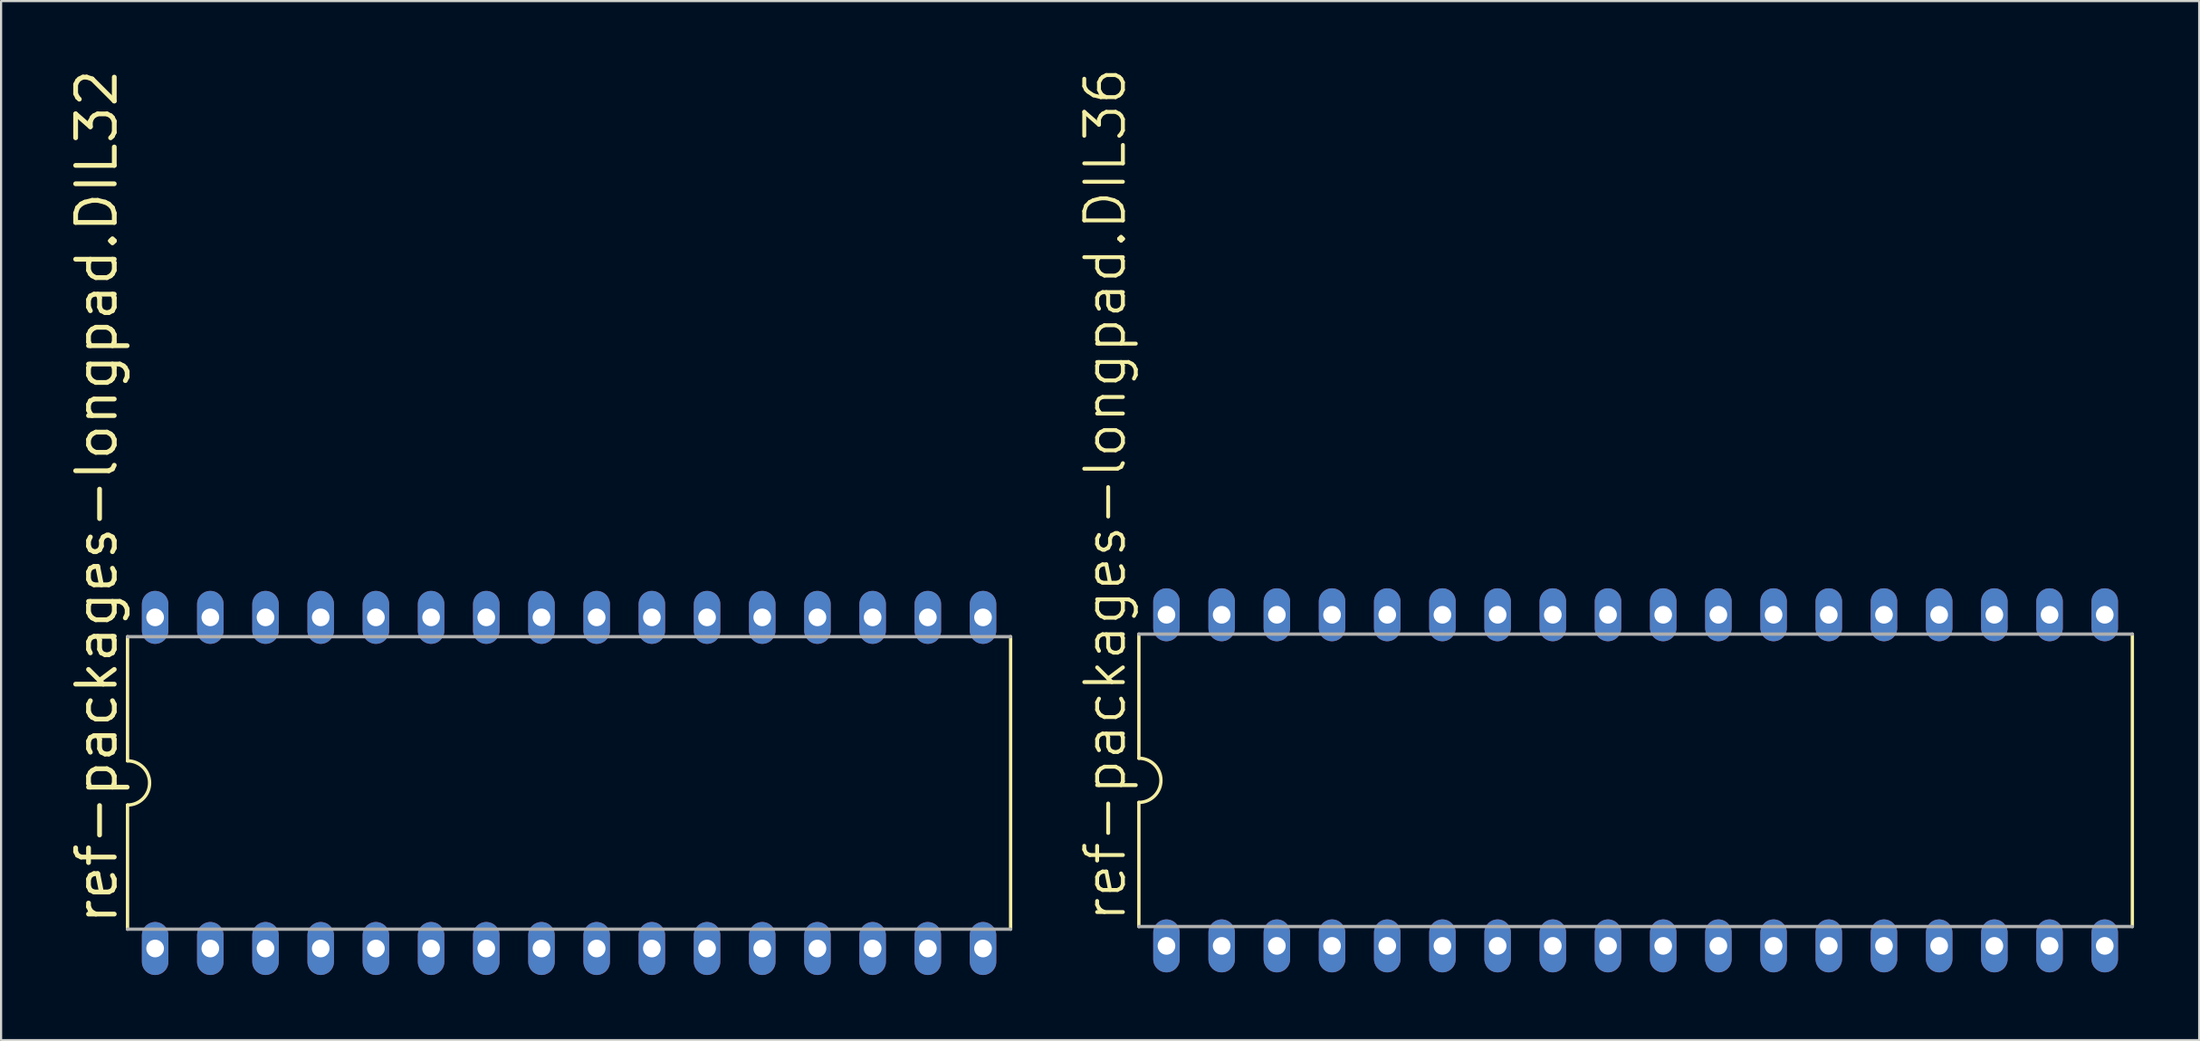
<source format=kicad_pcb>
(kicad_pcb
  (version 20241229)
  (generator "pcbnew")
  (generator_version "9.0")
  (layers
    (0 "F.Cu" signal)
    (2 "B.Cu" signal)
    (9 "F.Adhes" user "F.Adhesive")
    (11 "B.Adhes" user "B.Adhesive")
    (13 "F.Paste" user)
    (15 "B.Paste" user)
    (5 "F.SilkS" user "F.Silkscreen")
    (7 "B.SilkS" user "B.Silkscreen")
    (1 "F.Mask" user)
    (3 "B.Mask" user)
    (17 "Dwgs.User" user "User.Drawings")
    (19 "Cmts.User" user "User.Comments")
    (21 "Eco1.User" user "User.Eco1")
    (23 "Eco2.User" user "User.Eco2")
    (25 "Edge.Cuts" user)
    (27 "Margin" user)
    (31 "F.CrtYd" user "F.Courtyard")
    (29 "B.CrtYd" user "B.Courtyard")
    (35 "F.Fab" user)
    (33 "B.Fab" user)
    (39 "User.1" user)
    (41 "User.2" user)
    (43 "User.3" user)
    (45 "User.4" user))
  (footprint "ref-packages-longpad.DIL36"
    (layer "F.Cu")
    (at 72.221 32.866)
    (property "Reference" "ref-packages-longpad.DIL36" (at -23.368 6.604 90) (layer "F.SilkS") (effects (font (size 1.778 1.778) (thickness 0.18)) (justify left bottom)))
    (attr through_hole)
    (fp_line (start -22.86 -6.731) (end -22.86 -1.016) (stroke (width 0.152) (type default)) (layer "F.SilkS"))
    (fp_line (start -22.86 6.731) (end -22.86 1.016) (stroke (width 0.152) (type default)) (layer "F.SilkS"))
    (fp_line (start 22.86 -6.731) (end 22.86 6.731) (stroke (width 0.152) (type default)) (layer "F.SilkS"))
    (fp_arc (start -22.86 -1.016) (mid -21.844 0) (end -22.86 1.016) (stroke (width 0.1524) (type default)) (layer "F.SilkS"))
    (fp_line (start -22.86 6.731) (end 22.86 6.731) (stroke (width 0.152) (type default)) (layer "F.Fab"))
    (fp_line (start 22.86 -6.731) (end -22.86 -6.731) (stroke (width 0.152) (type default)) (layer "F.Fab"))
    (pad "1" thru_hole oval (at -21.59 7.62 90) (size 2.438 1.219) (drill 0.813) (layers "*.Cu" "*.Mask"))
    (pad "2" thru_hole oval (at -19.05 7.62 90) (size 2.438 1.219) (drill 0.813) (layers "*.Cu" "*.Mask"))
    (pad "3" thru_hole oval (at -16.51 7.62 90) (size 2.438 1.219) (drill 0.813) (layers "*.Cu" "*.Mask"))
    (pad "4" thru_hole oval (at -13.97 7.62 90) (size 2.438 1.219) (drill 0.813) (layers "*.Cu" "*.Mask"))
    (pad "5" thru_hole oval (at -11.43 7.62 90) (size 2.438 1.219) (drill 0.813) (layers "*.Cu" "*.Mask"))
    (pad "6" thru_hole oval (at -8.89 7.62 90) (size 2.438 1.219) (drill 0.813) (layers "*.Cu" "*.Mask"))
    (pad "7" thru_hole oval (at -6.35 7.62 90) (size 2.438 1.219) (drill 0.813) (layers "*.Cu" "*.Mask"))
    (pad "8" thru_hole oval (at -3.81 7.62 90) (size 2.438 1.219) (drill 0.813) (layers "*.Cu" "*.Mask"))
    (pad "9" thru_hole oval (at -1.27 7.62 90) (size 2.438 1.219) (drill 0.813) (layers "*.Cu" "*.Mask"))
    (pad "10" thru_hole oval (at 1.27 7.62 90) (size 2.438 1.219) (drill 0.813) (layers "*.Cu" "*.Mask"))
    (pad "11" thru_hole oval (at 3.81 7.62 90) (size 2.438 1.219) (drill 0.813) (layers "*.Cu" "*.Mask"))
    (pad "12" thru_hole oval (at 6.35 7.62 90) (size 2.438 1.219) (drill 0.813) (layers "*.Cu" "*.Mask"))
    (pad "13" thru_hole oval (at 8.89 7.62 90) (size 2.438 1.219) (drill 0.813) (layers "*.Cu" "*.Mask"))
    (pad "14" thru_hole oval (at 11.43 7.62 90) (size 2.438 1.219) (drill 0.813) (layers "*.Cu" "*.Mask"))
    (pad "15" thru_hole oval (at 13.97 7.62 90) (size 2.438 1.219) (drill 0.813) (layers "*.Cu" "*.Mask"))
    (pad "16" thru_hole oval (at 16.51 7.62 90) (size 2.438 1.219) (drill 0.813) (layers "*.Cu" "*.Mask"))
    (pad "17" thru_hole oval (at 19.05 7.62 90) (size 2.438 1.219) (drill 0.813) (layers "*.Cu" "*.Mask"))
    (pad "18" thru_hole oval (at 21.59 7.62 90) (size 2.438 1.219) (drill 0.813) (layers "*.Cu" "*.Mask"))
    (pad "19" thru_hole oval (at 21.59 -7.62 90) (size 2.438 1.219) (drill 0.813) (layers "*.Cu" "*.Mask"))
    (pad "20" thru_hole oval (at 19.05 -7.62 90) (size 2.438 1.219) (drill 0.813) (layers "*.Cu" "*.Mask"))
    (pad "21" thru_hole oval (at 16.51 -7.62 90) (size 2.438 1.219) (drill 0.813) (layers "*.Cu" "*.Mask"))
    (pad "22" thru_hole oval (at 13.97 -7.62 90) (size 2.438 1.219) (drill 0.813) (layers "*.Cu" "*.Mask"))
    (pad "23" thru_hole oval (at 11.43 -7.62 90) (size 2.438 1.219) (drill 0.813) (layers "*.Cu" "*.Mask"))
    (pad "24" thru_hole oval (at 8.89 -7.62 90) (size 2.438 1.219) (drill 0.813) (layers "*.Cu" "*.Mask"))
    (pad "25" thru_hole oval (at 6.35 -7.62 90) (size 2.438 1.219) (drill 0.813) (layers "*.Cu" "*.Mask"))
    (pad "26" thru_hole oval (at 3.81 -7.62 90) (size 2.438 1.219) (drill 0.813) (layers "*.Cu" "*.Mask"))
    (pad "27" thru_hole oval (at 1.27 -7.62 90) (size 2.438 1.219) (drill 0.813) (layers "*.Cu" "*.Mask"))
    (pad "28" thru_hole oval (at -1.27 -7.62 90) (size 2.438 1.219) (drill 0.813) (layers "*.Cu" "*.Mask"))
    (pad "29" thru_hole oval (at -3.81 -7.62 90) (size 2.438 1.219) (drill 0.813) (layers "*.Cu" "*.Mask"))
    (pad "30" thru_hole oval (at -6.35 -7.62 90) (size 2.438 1.219) (drill 0.813) (layers "*.Cu" "*.Mask"))
    (pad "31" thru_hole oval (at -8.89 -7.62 90) (size 2.438 1.219) (drill 0.813) (layers "*.Cu" "*.Mask"))
    (pad "32" thru_hole oval (at -11.43 -7.62 90) (size 2.438 1.219) (drill 0.813) (layers "*.Cu" "*.Mask"))
    (pad "33" thru_hole oval (at -13.97 -7.62 90) (size 2.438 1.219) (drill 0.813) (layers "*.Cu" "*.Mask"))
    (pad "34" thru_hole oval (at -16.51 -7.62 90) (size 2.438 1.219) (drill 0.813) (layers "*.Cu" "*.Mask"))
    (pad "35" thru_hole oval (at -19.05 -7.62 90) (size 2.438 1.219) (drill 0.813) (layers "*.Cu" "*.Mask"))
    (pad "36" thru_hole oval (at -21.59 -7.62 90) (size 2.438 1.219) (drill 0.813) (layers "*.Cu" "*.Mask")))
  (footprint "ref-packages-longpad.DIL32"
    (layer "F.Cu")
    (at 23.139 32.986)
    (property "Reference" "ref-packages-longpad.DIL32" (at -20.701 6.604 90) (layer "F.SilkS") (effects (font (size 1.778 1.778) (thickness 0.22)) (justify left bottom)))
    (attr through_hole)
    (fp_line (start -20.32 -6.731) (end -20.32 -1.016) (stroke (width 0.152) (type default)) (layer "F.SilkS"))
    (fp_line (start -20.32 6.731) (end -20.32 1.016) (stroke (width 0.152) (type default)) (layer "F.SilkS"))
    (fp_line (start 20.32 -6.731) (end 20.32 6.731) (stroke (width 0.152) (type default)) (layer "F.SilkS"))
    (fp_arc (start -20.32 -1.016) (mid -19.304 0) (end -20.32 1.016) (stroke (width 0.1524) (type default)) (layer "F.SilkS"))
    (fp_line (start -20.32 6.731) (end 20.32 6.731) (stroke (width 0.152) (type default)) (layer "F.Fab"))
    (fp_line (start 20.32 -6.731) (end -20.32 -6.731) (stroke (width 0.152) (type default)) (layer "F.Fab"))
    (pad "1" thru_hole oval (at -19.05 7.62 90) (size 2.438 1.219) (drill 0.813) (layers "*.Cu" "*.Mask"))
    (pad "2" thru_hole oval (at -16.51 7.62 90) (size 2.438 1.219) (drill 0.813) (layers "*.Cu" "*.Mask"))
    (pad "3" thru_hole oval (at -13.97 7.62 90) (size 2.438 1.219) (drill 0.813) (layers "*.Cu" "*.Mask"))
    (pad "4" thru_hole oval (at -11.43 7.62 90) (size 2.438 1.219) (drill 0.813) (layers "*.Cu" "*.Mask"))
    (pad "5" thru_hole oval (at -8.89 7.62 90) (size 2.438 1.219) (drill 0.813) (layers "*.Cu" "*.Mask"))
    (pad "6" thru_hole oval (at -6.35 7.62 90) (size 2.438 1.219) (drill 0.813) (layers "*.Cu" "*.Mask"))
    (pad "7" thru_hole oval (at -3.81 7.62 90) (size 2.438 1.219) (drill 0.813) (layers "*.Cu" "*.Mask"))
    (pad "8" thru_hole oval (at -1.27 7.62 90) (size 2.438 1.219) (drill 0.813) (layers "*.Cu" "*.Mask"))
    (pad "9" thru_hole oval (at 1.27 7.62 90) (size 2.438 1.219) (drill 0.813) (layers "*.Cu" "*.Mask"))
    (pad "10" thru_hole oval (at 3.81 7.62 90) (size 2.438 1.219) (drill 0.813) (layers "*.Cu" "*.Mask"))
    (pad "11" thru_hole oval (at 6.35 7.62 90) (size 2.438 1.219) (drill 0.813) (layers "*.Cu" "*.Mask"))
    (pad "12" thru_hole oval (at 8.89 7.62 90) (size 2.438 1.219) (drill 0.813) (layers "*.Cu" "*.Mask"))
    (pad "13" thru_hole oval (at 11.43 7.62 90) (size 2.438 1.219) (drill 0.813) (layers "*.Cu" "*.Mask"))
    (pad "14" thru_hole oval (at 13.97 7.62 90) (size 2.438 1.219) (drill 0.813) (layers "*.Cu" "*.Mask"))
    (pad "15" thru_hole oval (at 16.51 7.62 90) (size 2.438 1.219) (drill 0.813) (layers "*.Cu" "*.Mask"))
    (pad "16" thru_hole oval (at 19.05 7.62 90) (size 2.438 1.219) (drill 0.813) (layers "*.Cu" "*.Mask"))
    (pad "17" thru_hole oval (at 19.05 -7.62 90) (size 2.438 1.219) (drill 0.813) (layers "*.Cu" "*.Mask"))
    (pad "18" thru_hole oval (at 16.51 -7.62 90) (size 2.438 1.219) (drill 0.813) (layers "*.Cu" "*.Mask"))
    (pad "19" thru_hole oval (at 13.97 -7.62 90) (size 2.438 1.219) (drill 0.813) (layers "*.Cu" "*.Mask"))
    (pad "20" thru_hole oval (at 11.43 -7.62 90) (size 2.438 1.219) (drill 0.813) (layers "*.Cu" "*.Mask"))
    (pad "21" thru_hole oval (at 8.89 -7.62 90) (size 2.438 1.219) (drill 0.813) (layers "*.Cu" "*.Mask"))
    (pad "22" thru_hole oval (at 6.35 -7.62 90) (size 2.438 1.219) (drill 0.813) (layers "*.Cu" "*.Mask"))
    (pad "23" thru_hole oval (at 3.81 -7.62 90) (size 2.438 1.219) (drill 0.813) (layers "*.Cu" "*.Mask"))
    (pad "24" thru_hole oval (at 1.27 -7.62 90) (size 2.438 1.219) (drill 0.813) (layers "*.Cu" "*.Mask"))
    (pad "25" thru_hole oval (at -1.27 -7.62 90) (size 2.438 1.219) (drill 0.813) (layers "*.Cu" "*.Mask"))
    (pad "26" thru_hole oval (at -3.81 -7.62 90) (size 2.438 1.219) (drill 0.813) (layers "*.Cu" "*.Mask"))
    (pad "27" thru_hole oval (at -6.35 -7.62 90) (size 2.438 1.219) (drill 0.813) (layers "*.Cu" "*.Mask"))
    (pad "28" thru_hole oval (at -8.89 -7.62 90) (size 2.438 1.219) (drill 0.813) (layers "*.Cu" "*.Mask"))
    (pad "29" thru_hole oval (at -11.43 -7.62 90) (size 2.438 1.219) (drill 0.813) (layers "*.Cu" "*.Mask"))
    (pad "30" thru_hole oval (at -13.97 -7.62 90) (size 2.438 1.219) (drill 0.813) (layers "*.Cu" "*.Mask"))
    (pad "31" thru_hole oval (at -16.51 -7.62 90) (size 2.438 1.219) (drill 0.813) (layers "*.Cu" "*.Mask"))
    (pad "32" thru_hole oval (at -19.05 -7.62 90) (size 2.438 1.219) (drill 0.813) (layers "*.Cu" "*.Mask")))
  (gr_rect
    (start -3 -3)
    (end 98.157 44.825)
    (stroke (width 0.1) (type default))
    (fill no)
    (layer "Edge.Cuts")))
</source>
